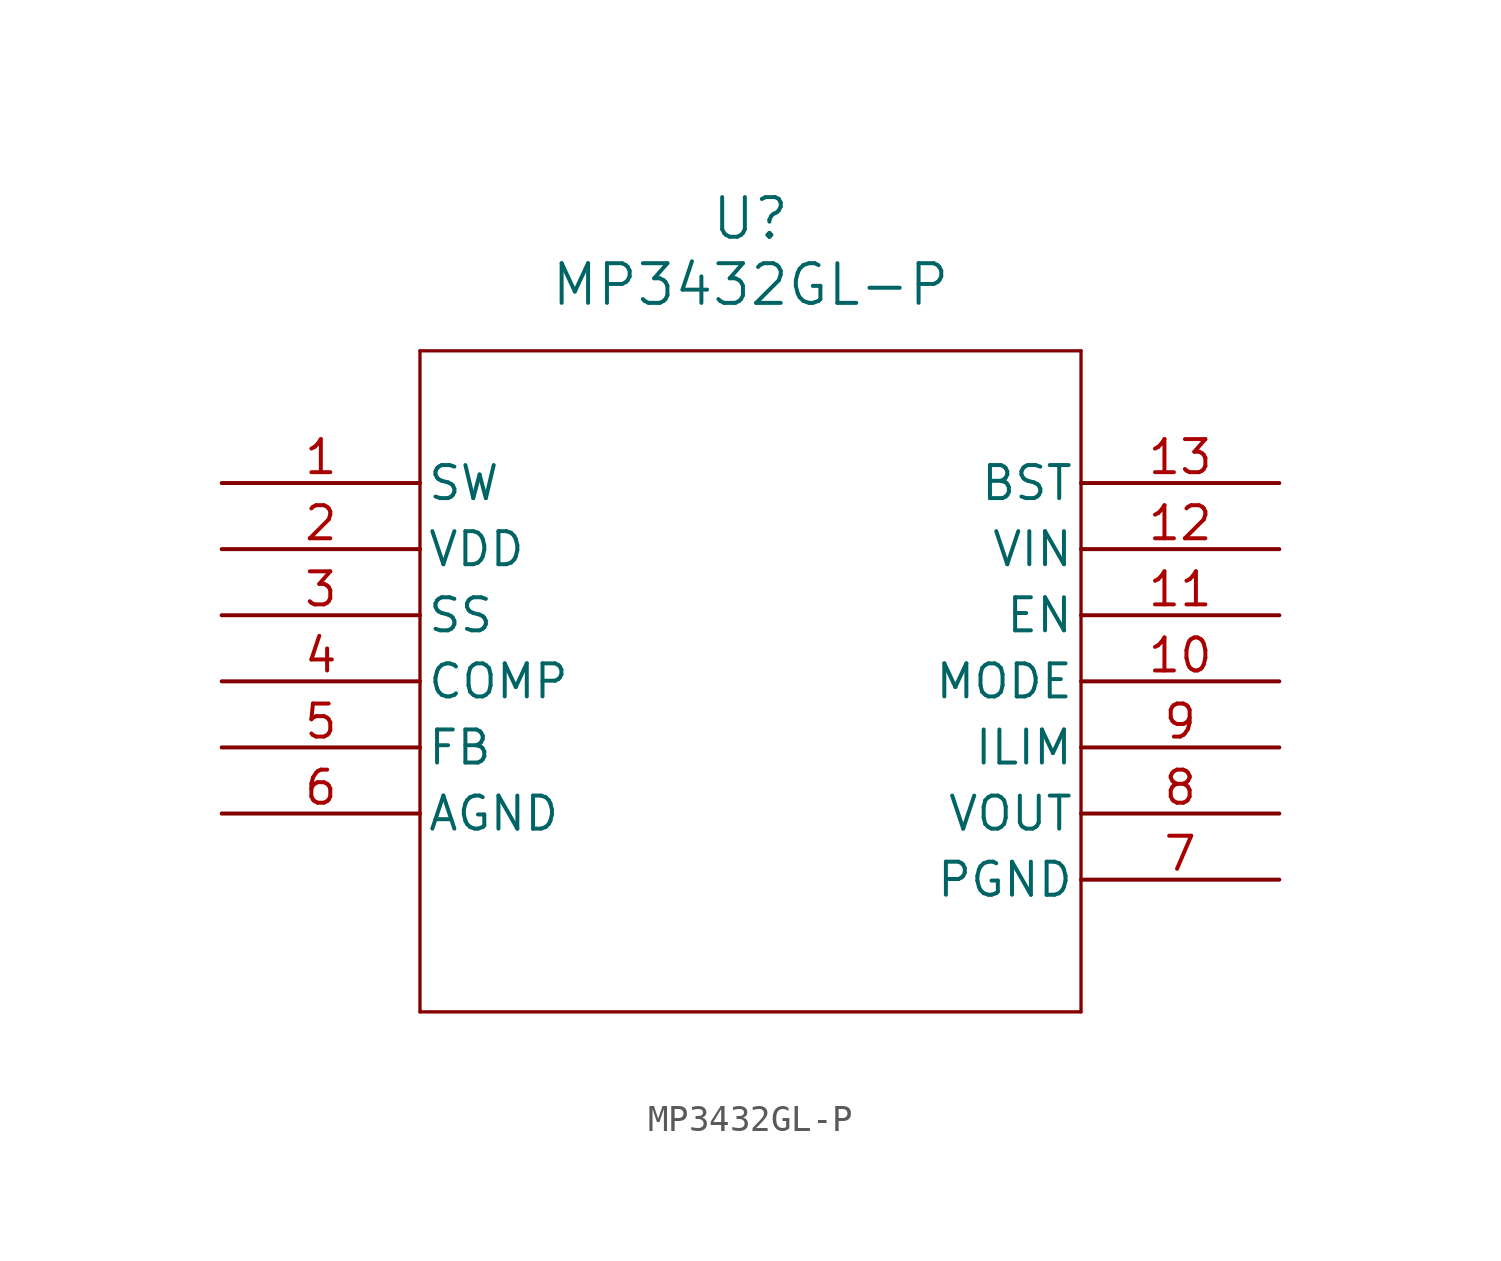
<source format=kicad_sym>
(kicad_symbol_lib
  (version 20211014)
  (generator kicad_symbol_editor)
  (symbol "MP3432GL-P"
    (pin_names
      (offset 0.254))
    (property "Reference" "U"
      (at 20.32 10.16 0)
      (effects (font (size 1.524 1.524))))
    (property "Value" "MP3432GL-P"
      (at 20.32 7.62 0)
      (effects (font (size 1.524 1.524))))
    (symbol "MP3432GL-P_0_1"
      (polyline (pts (xy 7.62 5.08) (xy 7.62 -20.32)) (stroke (width 0.127) (type default) (color 0 0 0 0)) (fill (type none)))
      (polyline (pts (xy 7.62 -20.32) (xy 33.02 -20.32)) (stroke (width 0.127) (type default) (color 0 0 0 0)) (fill (type none)))
      (polyline (pts (xy 33.02 -20.32) (xy 33.02 5.08)) (stroke (width 0.127) (type default) (color 0 0 0 0)) (fill (type none)))
      (polyline (pts (xy 33.02 5.08) (xy 7.62 5.08)) (stroke (width 0.127) (type default) (color 0 0 0 0)) (fill (type none)))
      (pin output line (at 0 0 0) (length 7.62) (name "SW" (effects (font (size 1.27 1.27)))) (number "1" (effects (font (size 1.27 1.27)))))
      (pin power_in line (at 0 -2.54 0) (length 7.62) (name "VDD" (effects (font (size 1.27 1.27)))) (number "2" (effects (font (size 1.27 1.27)))))
      (pin unspecified line (at 0 -5.08 0) (length 7.62) (name "SS" (effects (font (size 1.27 1.27)))) (number "3" (effects (font (size 1.27 1.27)))))
      (pin output line (at 0 -7.62 0) (length 7.62) (name "COMP" (effects (font (size 1.27 1.27)))) (number "4" (effects (font (size 1.27 1.27)))))
      (pin input line (at 0 -10.16 0) (length 7.62) (name "FB" (effects (font (size 1.27 1.27)))) (number "5" (effects (font (size 1.27 1.27)))))
      (pin power_out line (at 0 -12.7 0) (length 7.62) (name "AGND" (effects (font (size 1.27 1.27)))) (number "6" (effects (font (size 1.27 1.27)))))
      (pin power_out line (at 40.64 -15.24 180) (length 7.62) (name "PGND" (effects (font (size 1.27 1.27)))) (number "7" (effects (font (size 1.27 1.27)))))
      (pin output line (at 40.64 -12.7 180) (length 7.62) (name "VOUT" (effects (font (size 1.27 1.27)))) (number "8" (effects (font (size 1.27 1.27)))))
      (pin unspecified line (at 40.64 -10.16 180) (length 7.62) (name "ILIM" (effects (font (size 1.27 1.27)))) (number "9" (effects (font (size 1.27 1.27)))))
      (pin unspecified line (at 40.64 -7.62 180) (length 7.62) (name "MODE" (effects (font (size 1.27 1.27)))) (number "10" (effects (font (size 1.27 1.27)))))
      (pin unspecified line (at 40.64 -5.08 180) (length 7.62) (name "EN" (effects (font (size 1.27 1.27)))) (number "11" (effects (font (size 1.27 1.27)))))
      (pin power_in line (at 40.64 -2.54 180) (length 7.62) (name "VIN" (effects (font (size 1.27 1.27)))) (number "12" (effects (font (size 1.27 1.27)))))
      (pin unspecified line (at 40.64 0 180) (length 7.62) (name "BST" (effects (font (size 1.27 1.27)))) (number "13" (effects (font (size 1.27 1.27))))))))
</source>
